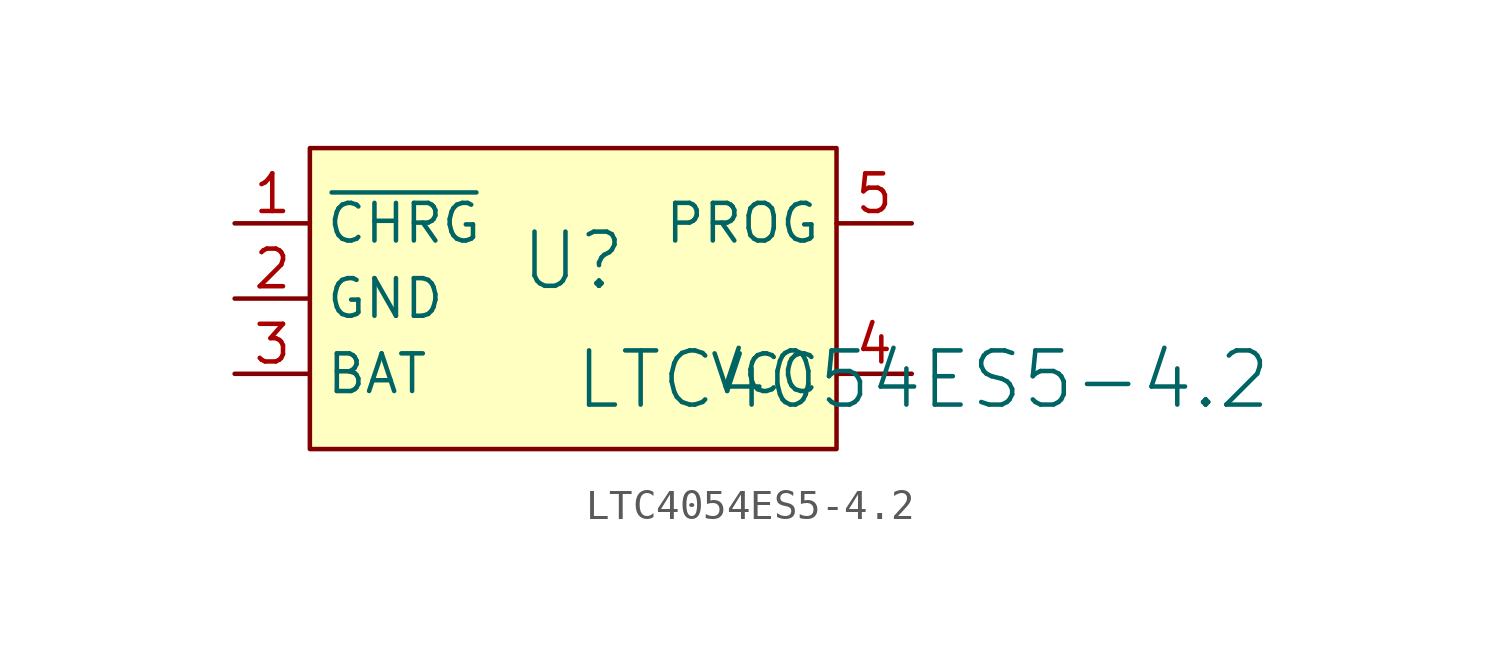
<source format=kicad_sym>
(kicad_symbol_lib
  (version 20241209)
  (generator "kicad_symbol_editor")
  (generator_version "9.0")
  (symbol "LTC4054ES5-4.2"
    (property "Reference" "U"
      (at -1.27 1.27 0)
      (effects (font (size 1.829 1.829))))
    (property "Value" "LTC4054ES5-4.2"
      (at -1.27 -3.81 0)
      (effects (font (size 1.829 1.829)) (justify left bottom)))
    (symbol "LTC4054ES5-4.2_1_0"
      (rectangle (start 7.62 5.08) (end -10.16 -5.08) (stroke (width 0) (type solid) (color 128 0 0 1)) (fill (type background)))
      (pin passive line (at -12.7 2.54 0) (length 2.54) (name "~{CHRG}" (effects (font (size 1.27 1.27)))) (number "1" (effects (font (size 1.27 1.27)))))
      (pin passive line (at -12.7 0 0) (length 2.54) (name "GND" (effects (font (size 1.27 1.27)))) (number "2" (effects (font (size 1.27 1.27)))))
      (pin passive line (at -12.7 -2.54 0) (length 2.54) (name "BAT" (effects (font (size 1.27 1.27)))) (number "3" (effects (font (size 1.27 1.27)))))
      (pin passive line (at 10.16 2.54 180) (length 2.54) (name "PROG" (effects (font (size 1.27 1.27)))) (number "5" (effects (font (size 1.27 1.27)))))
      (pin passive line (at 10.16 -2.54 180) (length 2.54) (name "VCC" (effects (font (size 1.27 1.27)))) (number "4" (effects (font (size 1.27 1.27))))))))
</source>
